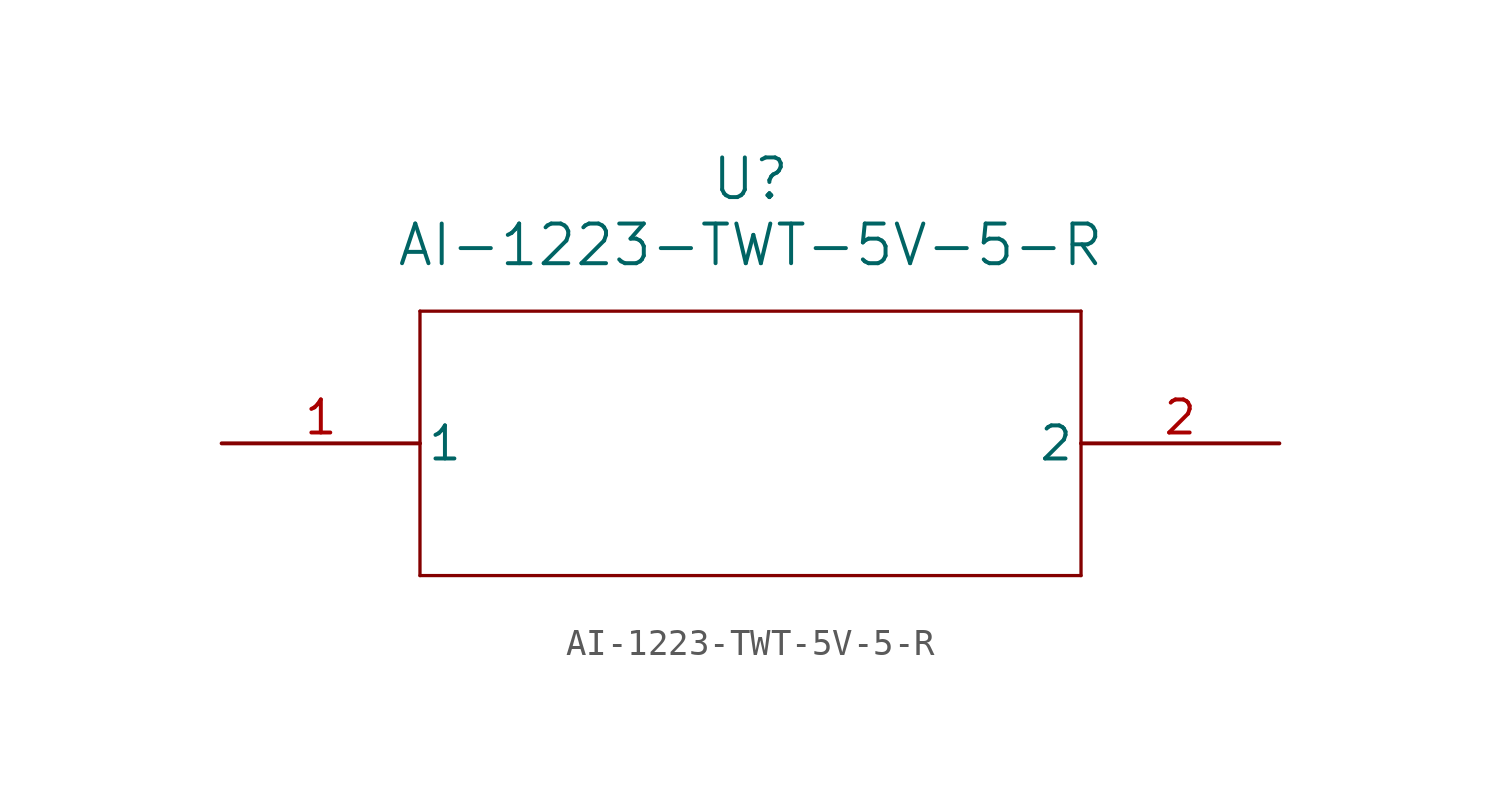
<source format=kicad_sym>
(kicad_symbol_lib
  (version 20211014)
  (generator kicad_symbol_editor)
  (symbol "AI-1223-TWT-5V-5-R"
    (pin_names
      (offset 0.254))
    (property "Reference" "U"
      (at 20.32 10.16 0)
      (effects (font (size 1.524 1.524))))
    (property "Value" "AI-1223-TWT-5V-5-R"
      (at 20.32 7.62 0)
      (effects (font (size 1.524 1.524))))
    (symbol "AI-1223-TWT-5V-5-R_0_1"
      (polyline (pts (xy 7.62 5.08) (xy 7.62 -5.08)) (stroke (width 0.127) (type default) (color 0 0 0 0)) (fill (type none)))
      (polyline (pts (xy 7.62 -5.08) (xy 33.02 -5.08)) (stroke (width 0.127) (type default) (color 0 0 0 0)) (fill (type none)))
      (polyline (pts (xy 33.02 -5.08) (xy 33.02 5.08)) (stroke (width 0.127) (type default) (color 0 0 0 0)) (fill (type none)))
      (polyline (pts (xy 33.02 5.08) (xy 7.62 5.08)) (stroke (width 0.127) (type default) (color 0 0 0 0)) (fill (type none)))
      (pin unspecified line (at 0 0 0) (length 7.62) (name "1" (effects (font (size 1.27 1.27)))) (number "1" (effects (font (size 1.27 1.27)))))
      (pin unspecified line (at 40.64 0 180) (length 7.62) (name "2" (effects (font (size 1.27 1.27)))) (number "2" (effects (font (size 1.27 1.27))))))))
</source>
